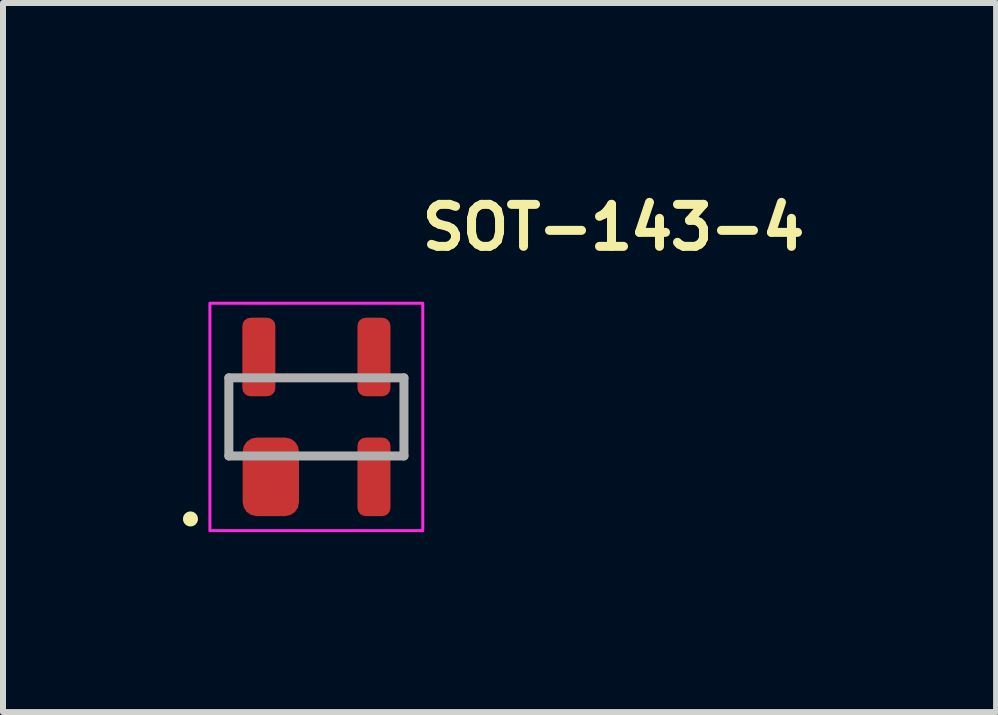
<source format=kicad_pcb>
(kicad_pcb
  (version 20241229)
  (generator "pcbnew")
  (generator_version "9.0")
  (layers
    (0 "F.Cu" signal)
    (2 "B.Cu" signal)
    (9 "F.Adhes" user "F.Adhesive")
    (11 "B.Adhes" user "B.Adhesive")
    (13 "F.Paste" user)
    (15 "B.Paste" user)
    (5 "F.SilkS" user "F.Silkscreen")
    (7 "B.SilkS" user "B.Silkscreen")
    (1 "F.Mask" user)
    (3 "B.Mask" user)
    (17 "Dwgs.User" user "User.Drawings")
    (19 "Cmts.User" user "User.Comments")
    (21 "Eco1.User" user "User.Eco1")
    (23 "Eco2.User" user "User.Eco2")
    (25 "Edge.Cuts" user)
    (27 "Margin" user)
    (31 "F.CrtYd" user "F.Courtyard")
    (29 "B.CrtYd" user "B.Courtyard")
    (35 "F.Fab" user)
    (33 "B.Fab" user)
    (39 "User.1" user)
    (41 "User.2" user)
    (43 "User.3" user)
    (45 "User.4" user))
  (footprint "SOT-143-4"
    (layer "F.Cu")
    (at 2.225 3.901)
    (property "Reference" "SOT-143-4" (at 1.687 -2.751 0) (layer "F.SilkS") (effects (font (size 0.7 0.7) (thickness 0.15)) (justify left bottom)))
    (attr smd)
    (fp_circle (center -2.1 1.7) (end -2.05 1.7) (stroke (width 0.15) (type solid)) (fill yes) (layer "F.SilkS"))
    (fp_rect (start -1.776 -1.896) (end 1.773 1.895) (stroke (width 0.05) (type solid)) (fill no) (layer "F.CrtYd"))
    (fp_line (start -1.46 0.65) (end -1.46 -0.652) (stroke (width 0.15) (type solid)) (layer "F.Fab"))
    (fp_line (start -1.46 0.65) (end 1.459 0.65) (stroke (width 0.15) (type solid)) (layer "F.Fab"))
    (fp_line (start 1.459 -0.652) (end -1.46 -0.652) (stroke (width 0.15) (type solid)) (layer "F.Fab"))
    (fp_line (start 1.459 -0.652) (end 1.459 0.65) (stroke (width 0.15) (type solid)) (layer "F.Fab"))
    (fp_rect (start -1.526 -1.321) (end 1.523 1.32) (stroke (width 0.1) (type solid)) (fill no) (layer "User.5"))
    (fp_line (start -1.524 -0.699) (end 1.523 -0.699) (stroke (width 0.02) (type solid)) (layer "User.9"))
    (fp_line (start -1.524 0.697) (end -1.524 -0.699) (stroke (width 0.02) (type solid)) (layer "User.9"))
    (fp_line (start -1.524 0.697) (end -1.373 0.672) (stroke (width 0.02) (type solid)) (layer "User.9"))
    (fp_line (start -1.373 -0.675) (end -1.526 -0.7) (stroke (width 0.02) (type solid)) (layer "User.9"))
    (fp_line (start -1.373 -0.675) (end 1.372 -0.675) (stroke (width 0.02) (type solid)) (layer "User.9"))
    (fp_line (start -1.373 0.673) (end -1.373 -0.675) (stroke (width 0.02) (type solid)) (layer "User.9"))
    (fp_line (start -1.214 -1.321) (end -0.706 -1.321) (stroke (width 0.02) (type solid)) (layer "User.9"))
    (fp_line (start -1.214 -1.258) (end -1.214 -1.321) (stroke (width 0.02) (type solid)) (layer "User.9"))
    (fp_line (start -1.214 -1.111) (end -1.214 -1.258) (stroke (width 0.02) (type solid)) (layer "User.9"))
    (fp_line (start -1.214 -1.057) (end -1.214 -1.111) (stroke (width 0.02) (type solid)) (layer "User.9"))
    (fp_line (start -1.214 -0.763) (end -1.214 -1.059) (stroke (width 0.02) (type solid)) (layer "User.9"))
    (fp_line (start -1.214 -0.7) (end -1.214 -0.763) (stroke (width 0.02) (type solid)) (layer "User.9"))
    (fp_line (start -1.214 -0.7) (end -0.706 -0.7) (stroke (width 0.02) (type solid)) (layer "User.9"))
    (fp_line (start -1.214 0.761) (end -1.214 0.697) (stroke (width 0.02) (type solid)) (layer "User.9"))
    (fp_line (start -1.214 1.056) (end -1.214 0.761) (stroke (width 0.02) (type solid)) (layer "User.9"))
    (fp_line (start -1.214 1.108) (end -1.214 1.056) (stroke (width 0.02) (type solid)) (layer "User.9"))
    (fp_line (start -1.214 1.255) (end -1.214 1.108) (stroke (width 0.02) (type solid)) (layer "User.9"))
    (fp_line (start -1.214 1.32) (end -1.214 1.255) (stroke (width 0.02) (type solid)) (layer "User.9"))
    (fp_line (start -0.822 0.371) (end -0.822 0.374) (stroke (width 0.02) (type solid)) (layer "User.9"))
    (fp_line (start -0.822 0.374) (end -0.822 0.374) (stroke (width 0.02) (type solid)) (layer "User.9"))
    (fp_line (start -0.822 0.374) (end -0.822 0.378) (stroke (width 0.02) (type solid)) (layer "User.9"))
    (fp_line (start -0.822 0.378) (end -0.821 0.382) (stroke (width 0.02) (type solid)) (layer "User.9"))
    (fp_line (start -0.821 0.363) (end -0.821 0.367) (stroke (width 0.02) (type solid)) (layer "User.9"))
    (fp_line (start -0.821 0.367) (end -0.822 0.371) (stroke (width 0.02) (type solid)) (layer "User.9"))
    (fp_line (start -0.821 0.382) (end -0.821 0.387) (stroke (width 0.02) (type solid)) (layer "User.9"))
    (fp_line (start -0.821 0.387) (end -0.82 0.391) (stroke (width 0.02) (type solid)) (layer "User.9"))
    (fp_line (start -0.82 0.359) (end -0.821 0.363) (stroke (width 0.02) (type solid)) (layer "User.9"))
    (fp_line (start -0.82 0.391) (end -0.819 0.395) (stroke (width 0.02) (type solid)) (layer "User.9"))
    (fp_line (start -0.819 0.355) (end -0.82 0.359) (stroke (width 0.02) (type solid)) (layer "User.9"))
    (fp_line (start -0.819 0.395) (end -0.818 0.398) (stroke (width 0.02) (type solid)) (layer "User.9"))
    (fp_line (start -0.818 0.352) (end -0.819 0.355) (stroke (width 0.02) (type solid)) (layer "User.9"))
    (fp_line (start -0.818 0.398) (end -0.817 0.402) (stroke (width 0.02) (type solid)) (layer "User.9"))
    (fp_line (start -0.817 0.349) (end -0.818 0.352) (stroke (width 0.02) (type solid)) (layer "User.9"))
    (fp_line (start -0.817 0.402) (end -0.816 0.405) (stroke (width 0.02) (type solid)) (layer "User.9"))
    (fp_line (start -0.816 0.346) (end -0.817 0.349) (stroke (width 0.02) (type solid)) (layer "User.9"))
    (fp_line (start -0.816 0.405) (end -0.814 0.409) (stroke (width 0.02) (type solid)) (layer "User.9"))
    (fp_line (start -0.814 0.342) (end -0.816 0.346) (stroke (width 0.02) (type solid)) (layer "User.9"))
    (fp_line (start -0.814 0.409) (end -0.813 0.412) (stroke (width 0.02) (type solid)) (layer "User.9"))
    (fp_line (start -0.813 0.339) (end -0.814 0.342) (stroke (width 0.02) (type solid)) (layer "User.9"))
    (fp_line (start -0.813 0.412) (end -0.811 0.415) (stroke (width 0.02) (type solid)) (layer "User.9"))
    (fp_line (start -0.811 0.336) (end -0.813 0.339) (stroke (width 0.02) (type solid)) (layer "User.9"))
    (fp_line (start -0.811 0.415) (end -0.809 0.417) (stroke (width 0.02) (type solid)) (layer "User.9"))
    (fp_line (start -0.809 0.333) (end -0.811 0.336) (stroke (width 0.02) (type solid)) (layer "User.9"))
    (fp_line (start -0.809 0.417) (end -0.807 0.42) (stroke (width 0.02) (type solid)) (layer "User.9"))
    (fp_line (start -0.807 0.33) (end -0.809 0.333) (stroke (width 0.02) (type solid)) (layer "User.9"))
    (fp_line (start -0.807 0.42) (end -0.804 0.423) (stroke (width 0.02) (type solid)) (layer "User.9"))
    (fp_line (start -0.804 0.327) (end -0.807 0.33) (stroke (width 0.02) (type solid)) (layer "User.9"))
    (fp_line (start -0.804 0.423) (end -0.802 0.426) (stroke (width 0.02) (type solid)) (layer "User.9"))
    (fp_line (start -0.802 0.324) (end -0.804 0.327) (stroke (width 0.02) (type solid)) (layer "User.9"))
    (fp_line (start -0.802 0.426) (end -0.799 0.428) (stroke (width 0.02) (type solid)) (layer "User.9"))
    (fp_line (start -0.799 0.322) (end -0.802 0.324) (stroke (width 0.02) (type solid)) (layer "User.9"))
    (fp_line (start -0.799 0.428) (end -0.797 0.431) (stroke (width 0.02) (type solid)) (layer "User.9"))
    (fp_line (start -0.797 0.318) (end -0.799 0.322) (stroke (width 0.02) (type solid)) (layer "User.9"))
    (fp_line (start -0.797 0.431) (end -0.794 0.433) (stroke (width 0.02) (type solid)) (layer "User.9"))
    (fp_line (start -0.794 0.316) (end -0.797 0.318) (stroke (width 0.02) (type solid)) (layer "User.9"))
    (fp_line (start -0.794 0.433) (end -0.791 0.436) (stroke (width 0.02) (type solid)) (layer "User.9"))
    (fp_line (start -0.791 0.313) (end -0.794 0.316) (stroke (width 0.02) (type solid)) (layer "User.9"))
    (fp_line (start -0.791 0.436) (end -0.788 0.438) (stroke (width 0.02) (type solid)) (layer "User.9"))
    (fp_line (start -0.788 0.311) (end -0.791 0.313) (stroke (width 0.02) (type solid)) (layer "User.9"))
    (fp_line (start -0.788 0.438) (end -0.785 0.44) (stroke (width 0.02) (type solid)) (layer "User.9"))
    (fp_line (start -0.785 0.309) (end -0.788 0.311) (stroke (width 0.02) (type solid)) (layer "User.9"))
    (fp_line (start -0.785 0.44) (end -0.782 0.442) (stroke (width 0.02) (type solid)) (layer "User.9"))
    (fp_line (start -0.782 0.307) (end -0.785 0.309) (stroke (width 0.02) (type solid)) (layer "User.9"))
    (fp_line (start -0.782 0.442) (end -0.779 0.443) (stroke (width 0.02) (type solid)) (layer "User.9"))
    (fp_line (start -0.779 0.306) (end -0.782 0.307) (stroke (width 0.02) (type solid)) (layer "User.9"))
    (fp_line (start -0.779 0.443) (end -0.775 0.445) (stroke (width 0.02) (type solid)) (layer "User.9"))
    (fp_line (start -0.775 0.304) (end -0.779 0.306) (stroke (width 0.02) (type solid)) (layer "User.9"))
    (fp_line (start -0.775 0.445) (end -0.772 0.446) (stroke (width 0.02) (type solid)) (layer "User.9"))
    (fp_line (start -0.772 0.303) (end -0.775 0.304) (stroke (width 0.02) (type solid)) (layer "User.9"))
    (fp_line (start -0.772 0.446) (end -0.767 0.448) (stroke (width 0.02) (type solid)) (layer "User.9"))
    (fp_line (start -0.767 0.302) (end -0.772 0.303) (stroke (width 0.02) (type solid)) (layer "User.9"))
    (fp_line (start -0.767 0.448) (end -0.764 0.449) (stroke (width 0.02) (type solid)) (layer "User.9"))
    (fp_line (start -0.764 0.301) (end -0.767 0.302) (stroke (width 0.02) (type solid)) (layer "User.9"))
    (fp_line (start -0.764 0.449) (end -0.76 0.45) (stroke (width 0.02) (type solid)) (layer "User.9"))
    (fp_line (start -0.76 0.3) (end -0.764 0.301) (stroke (width 0.02) (type solid)) (layer "User.9"))
    (fp_line (start -0.76 0.45) (end -0.756 0.451) (stroke (width 0.02) (type solid)) (layer "User.9"))
    (fp_line (start -0.756 0.299) (end -0.76 0.3) (stroke (width 0.02) (type solid)) (layer "User.9"))
    (fp_line (start -0.756 0.451) (end -0.752 0.451) (stroke (width 0.02) (type solid)) (layer "User.9"))
    (fp_line (start -0.752 0.299) (end -0.756 0.299) (stroke (width 0.02) (type solid)) (layer "User.9"))
    (fp_line (start -0.752 0.451) (end -0.748 0.452) (stroke (width 0.02) (type solid)) (layer "User.9"))
    (fp_line (start -0.748 0.298) (end -0.752 0.299) (stroke (width 0.02) (type solid)) (layer "User.9"))
    (fp_line (start -0.748 0.452) (end -0.744 0.452) (stroke (width 0.02) (type solid)) (layer "User.9"))
    (fp_line (start -0.744 0.298) (end -0.748 0.298) (stroke (width 0.02) (type solid)) (layer "User.9"))
    (fp_line (start -0.744 0.298) (end -0.744 0.298) (stroke (width 0.02) (type solid)) (layer "User.9"))
    (fp_line (start -0.744 0.452) (end -0.744 0.452) (stroke (width 0.02) (type solid)) (layer "User.9"))
    (fp_line (start -0.744 0.452) (end -0.741 0.452) (stroke (width 0.02) (type solid)) (layer "User.9"))
    (fp_line (start -0.741 0.298) (end -0.744 0.298) (stroke (width 0.02) (type solid)) (layer "User.9"))
    (fp_line (start -0.741 0.452) (end -0.737 0.451) (stroke (width 0.02) (type solid)) (layer "User.9"))
    (fp_line (start -0.737 0.299) (end -0.741 0.298) (stroke (width 0.02) (type solid)) (layer "User.9"))
    (fp_line (start -0.737 0.451) (end -0.733 0.451) (stroke (width 0.02) (type solid)) (layer "User.9"))
    (fp_line (start -0.733 0.299) (end -0.737 0.299) (stroke (width 0.02) (type solid)) (layer "User.9"))
    (fp_line (start -0.733 0.451) (end -0.729 0.45) (stroke (width 0.02) (type solid)) (layer "User.9"))
    (fp_line (start -0.729 0.3) (end -0.733 0.299) (stroke (width 0.02) (type solid)) (layer "User.9"))
    (fp_line (start -0.729 0.45) (end -0.725 0.449) (stroke (width 0.02) (type solid)) (layer "User.9"))
    (fp_line (start -0.725 0.301) (end -0.729 0.3) (stroke (width 0.02) (type solid)) (layer "User.9"))
    (fp_line (start -0.725 0.449) (end -0.722 0.448) (stroke (width 0.02) (type solid)) (layer "User.9"))
    (fp_line (start -0.722 0.302) (end -0.725 0.301) (stroke (width 0.02) (type solid)) (layer "User.9"))
    (fp_line (start -0.722 0.448) (end -0.718 0.446) (stroke (width 0.02) (type solid)) (layer "User.9"))
    (fp_line (start -0.718 0.303) (end -0.722 0.302) (stroke (width 0.02) (type solid)) (layer "User.9"))
    (fp_line (start -0.718 0.446) (end -0.715 0.445) (stroke (width 0.02) (type solid)) (layer "User.9"))
    (fp_line (start -0.715 0.304) (end -0.718 0.303) (stroke (width 0.02) (type solid)) (layer "User.9"))
    (fp_line (start -0.715 0.445) (end -0.711 0.443) (stroke (width 0.02) (type solid)) (layer "User.9"))
    (fp_line (start -0.711 0.306) (end -0.715 0.304) (stroke (width 0.02) (type solid)) (layer "User.9"))
    (fp_line (start -0.711 0.443) (end -0.708 0.442) (stroke (width 0.02) (type solid)) (layer "User.9"))
    (fp_line (start -0.708 0.307) (end -0.711 0.306) (stroke (width 0.02) (type solid)) (layer "User.9"))
    (fp_line (start -0.708 0.442) (end -0.705 0.44) (stroke (width 0.02) (type solid)) (layer "User.9"))
    (fp_line (start -0.706 -1.321) (end -0.706 -1.258) (stroke (width 0.02) (type solid)) (layer "User.9"))
    (fp_line (start -0.706 -1.258) (end -0.706 -1.111) (stroke (width 0.02) (type solid)) (layer "User.9"))
    (fp_line (start -0.706 -1.109) (end -0.706 -1.057) (stroke (width 0.02) (type solid)) (layer "User.9"))
    (fp_line (start -0.706 -1.059) (end -0.706 -0.763) (stroke (width 0.02) (type solid)) (layer "User.9"))
    (fp_line (start -0.706 -0.763) (end -0.706 -0.699) (stroke (width 0.02) (type solid)) (layer "User.9"))
    (fp_line (start -0.705 0.309) (end -0.708 0.307) (stroke (width 0.02) (type solid)) (layer "User.9"))
    (fp_line (start -0.705 0.44) (end -0.703 0.438) (stroke (width 0.02) (type solid)) (layer "User.9"))
    (fp_line (start -0.703 0.311) (end -0.705 0.309) (stroke (width 0.02) (type solid)) (layer "User.9"))
    (fp_line (start -0.703 0.438) (end -0.7 0.436) (stroke (width 0.02) (type solid)) (layer "User.9"))
    (fp_line (start -0.7 0.313) (end -0.703 0.311) (stroke (width 0.02) (type solid)) (layer "User.9"))
    (fp_line (start -0.7 0.436) (end -0.697 0.433) (stroke (width 0.02) (type solid)) (layer "User.9"))
    (fp_line (start -0.697 0.316) (end -0.7 0.313) (stroke (width 0.02) (type solid)) (layer "User.9"))
    (fp_line (start -0.697 0.433) (end -0.694 0.431) (stroke (width 0.02) (type solid)) (layer "User.9"))
    (fp_line (start -0.694 0.318) (end -0.697 0.316) (stroke (width 0.02) (type solid)) (layer "User.9"))
    (fp_line (start -0.694 0.431) (end -0.692 0.428) (stroke (width 0.02) (type solid)) (layer "User.9"))
    (fp_line (start -0.692 0.322) (end -0.694 0.318) (stroke (width 0.02) (type solid)) (layer "User.9"))
    (fp_line (start -0.692 0.428) (end -0.689 0.426) (stroke (width 0.02) (type solid)) (layer "User.9"))
    (fp_line (start -0.689 0.324) (end -0.692 0.322) (stroke (width 0.02) (type solid)) (layer "User.9"))
    (fp_line (start -0.689 0.426) (end -0.687 0.423) (stroke (width 0.02) (type solid)) (layer "User.9"))
    (fp_line (start -0.687 0.327) (end -0.689 0.324) (stroke (width 0.02) (type solid)) (layer "User.9"))
    (fp_line (start -0.687 0.423) (end -0.684 0.42) (stroke (width 0.02) (type solid)) (layer "User.9"))
    (fp_line (start -0.684 0.33) (end -0.687 0.327) (stroke (width 0.02) (type solid)) (layer "User.9"))
    (fp_line (start -0.684 0.42) (end -0.682 0.417) (stroke (width 0.02) (type solid)) (layer "User.9"))
    (fp_line (start -0.682 0.333) (end -0.684 0.33) (stroke (width 0.02) (type solid)) (layer "User.9"))
    (fp_line (start -0.682 0.417) (end -0.68 0.415) (stroke (width 0.02) (type solid)) (layer "User.9"))
    (fp_line (start -0.68 0.336) (end -0.682 0.333) (stroke (width 0.02) (type solid)) (layer "User.9"))
    (fp_line (start -0.68 0.415) (end -0.678 0.412) (stroke (width 0.02) (type solid)) (layer "User.9"))
    (fp_line (start -0.678 0.339) (end -0.68 0.336) (stroke (width 0.02) (type solid)) (layer "User.9"))
    (fp_line (start -0.678 0.412) (end -0.677 0.409) (stroke (width 0.02) (type solid)) (layer "User.9"))
    (fp_line (start -0.677 0.342) (end -0.678 0.339) (stroke (width 0.02) (type solid)) (layer "User.9"))
    (fp_line (start -0.677 0.409) (end -0.675 0.405) (stroke (width 0.02) (type solid)) (layer "User.9"))
    (fp_line (start -0.675 0.346) (end -0.677 0.342) (stroke (width 0.02) (type solid)) (layer "User.9"))
    (fp_line (start -0.675 0.405) (end -0.674 0.402) (stroke (width 0.02) (type solid)) (layer "User.9"))
    (fp_line (start -0.674 0.349) (end -0.675 0.346) (stroke (width 0.02) (type solid)) (layer "User.9"))
    (fp_line (start -0.674 0.402) (end -0.673 0.398) (stroke (width 0.02) (type solid)) (layer "User.9"))
    (fp_line (start -0.673 0.352) (end -0.674 0.349) (stroke (width 0.02) (type solid)) (layer "User.9"))
    (fp_line (start -0.673 0.398) (end -0.672 0.395) (stroke (width 0.02) (type solid)) (layer "User.9"))
    (fp_line (start -0.672 0.355) (end -0.673 0.352) (stroke (width 0.02) (type solid)) (layer "User.9"))
    (fp_line (start -0.672 0.395) (end -0.671 0.391) (stroke (width 0.02) (type solid)) (layer "User.9"))
    (fp_line (start -0.671 0.359) (end -0.672 0.355) (stroke (width 0.02) (type solid)) (layer "User.9"))
    (fp_line (start -0.671 0.391) (end -0.67 0.387) (stroke (width 0.02) (type solid)) (layer "User.9"))
    (fp_line (start -0.67 0.363) (end -0.671 0.359) (stroke (width 0.02) (type solid)) (layer "User.9"))
    (fp_line (start -0.67 0.367) (end -0.67 0.363) (stroke (width 0.02) (type solid)) (layer "User.9"))
    (fp_line (start -0.67 0.382) (end -0.669 0.378) (stroke (width 0.02) (type solid)) (layer "User.9"))
    (fp_line (start -0.67 0.387) (end -0.67 0.382) (stroke (width 0.02) (type solid)) (layer "User.9"))
    (fp_line (start -0.669 0.371) (end -0.67 0.367) (stroke (width 0.02) (type solid)) (layer "User.9"))
    (fp_line (start -0.669 0.374) (end -0.669 0.371) (stroke (width 0.02) (type solid)) (layer "User.9"))
    (fp_line (start -0.669 0.374) (end -0.669 0.374) (stroke (width 0.02) (type solid)) (layer "User.9"))
    (fp_line (start -0.669 0.374) (end -0.669 0.374) (stroke (width 0.02) (type solid)) (layer "User.9"))
    (fp_line (start -0.669 0.378) (end -0.669 0.374) (stroke (width 0.02) (type solid)) (layer "User.9"))
    (fp_line (start -0.276 0.698) (end -1.214 0.698) (stroke (width 0.02) (type solid)) (layer "User.9"))
    (fp_line (start -0.276 0.698) (end -0.276 0.761) (stroke (width 0.02) (type solid)) (layer "User.9"))
    (fp_line (start -0.276 0.761) (end -0.276 1.056) (stroke (width 0.02) (type solid)) (layer "User.9"))
    (fp_line (start -0.276 1.056) (end -0.276 1.108) (stroke (width 0.02) (type solid)) (layer "User.9"))
    (fp_line (start -0.276 1.108) (end -0.276 1.255) (stroke (width 0.02) (type solid)) (layer "User.9"))
    (fp_line (start -0.276 1.255) (end -0.276 1.32) (stroke (width 0.02) (type solid)) (layer "User.9"))
    (fp_line (start -0.276 1.32) (end -1.214 1.32) (stroke (width 0.02) (type solid)) (layer "User.9"))
    (fp_line (start 0.704 -1.321) (end 1.213 -1.321) (stroke (width 0.02) (type solid)) (layer "User.9"))
    (fp_line (start 0.704 -1.258) (end 0.704 -1.321) (stroke (width 0.02) (type solid)) (layer "User.9"))
    (fp_line (start 0.704 -1.111) (end 0.704 -1.258) (stroke (width 0.02) (type solid)) (layer "User.9"))
    (fp_line (start 0.704 -1.057) (end 0.704 -1.111) (stroke (width 0.02) (type solid)) (layer "User.9"))
    (fp_line (start 0.704 -0.763) (end 0.704 -1.059) (stroke (width 0.02) (type solid)) (layer "User.9"))
    (fp_line (start 0.704 -0.7) (end 0.704 -0.763) (stroke (width 0.02) (type solid)) (layer "User.9"))
    (fp_line (start 0.704 -0.7) (end 1.213 -0.7) (stroke (width 0.02) (type solid)) (layer "User.9"))
    (fp_line (start 0.704 0.761) (end 0.704 0.697) (stroke (width 0.02) (type solid)) (layer "User.9"))
    (fp_line (start 0.704 1.056) (end 0.704 0.761) (stroke (width 0.02) (type solid)) (layer "User.9"))
    (fp_line (start 0.704 1.108) (end 0.704 1.056) (stroke (width 0.02) (type solid)) (layer "User.9"))
    (fp_line (start 0.704 1.255) (end 0.704 1.108) (stroke (width 0.02) (type solid)) (layer "User.9"))
    (fp_line (start 0.704 1.32) (end 0.704 1.255) (stroke (width 0.02) (type solid)) (layer "User.9"))
    (fp_line (start 1.213 -1.321) (end 1.213 -1.258) (stroke (width 0.02) (type solid)) (layer "User.9"))
    (fp_line (start 1.213 -1.258) (end 1.213 -1.111) (stroke (width 0.02) (type solid)) (layer "User.9"))
    (fp_line (start 1.213 -1.109) (end 1.213 -1.057) (stroke (width 0.02) (type solid)) (layer "User.9"))
    (fp_line (start 1.213 -1.059) (end 1.213 -0.763) (stroke (width 0.02) (type solid)) (layer "User.9"))
    (fp_line (start 1.213 -0.763) (end 1.213 -0.699) (stroke (width 0.02) (type solid)) (layer "User.9"))
    (fp_line (start 1.213 0.698) (end 0.704 0.698) (stroke (width 0.02) (type solid)) (layer "User.9"))
    (fp_line (start 1.213 0.698) (end 1.213 0.761) (stroke (width 0.02) (type solid)) (layer "User.9"))
    (fp_line (start 1.213 0.761) (end 1.213 1.056) (stroke (width 0.02) (type solid)) (layer "User.9"))
    (fp_line (start 1.213 1.056) (end 1.213 1.108) (stroke (width 0.02) (type solid)) (layer "User.9"))
    (fp_line (start 1.213 1.108) (end 1.213 1.255) (stroke (width 0.02) (type solid)) (layer "User.9"))
    (fp_line (start 1.213 1.255) (end 1.213 1.32) (stroke (width 0.02) (type solid)) (layer "User.9"))
    (fp_line (start 1.213 1.32) (end 0.704 1.32) (stroke (width 0.02) (type solid)) (layer "User.9"))
    (fp_line (start 1.372 -0.675) (end 1.372 0.673) (stroke (width 0.02) (type solid)) (layer "User.9"))
    (fp_line (start 1.372 -0.675) (end 1.523 -0.7) (stroke (width 0.02) (type solid)) (layer "User.9"))
    (fp_line (start 1.372 0.673) (end -1.373 0.673) (stroke (width 0.02) (type solid)) (layer "User.9"))
    (fp_line (start 1.372 0.673) (end 1.523 0.698) (stroke (width 0.02) (type solid)) (layer "User.9"))
    (fp_line (start 1.523 -0.699) (end 1.523 0.697) (stroke (width 0.02) (type solid)) (layer "User.9"))
    (fp_line (start 1.523 0.697) (end -1.524 0.697) (stroke (width 0.02) (type solid)) (layer "User.9"))
    (pad "1" smd roundrect (at -0.76 0.998) (size 0.94 1.31) (layers "F.Cu" "F.Mask" "F.Paste") (roundrect_rratio 0.25))
    (pad "2" smd roundrect (at 0.959 0.998) (size 0.55 1.31) (layers "F.Cu" "F.Mask" "F.Paste") (roundrect_rratio 0.25))
    (pad "3" smd roundrect (at 0.959 -1) (size 0.55 1.31) (layers "F.Cu" "F.Mask" "F.Paste") (roundrect_rratio 0.25))
    (pad "4" smd roundrect (at -0.96 -1) (size 0.55 1.31) (layers "F.Cu" "F.Mask" "F.Paste") (roundrect_rratio 0.25)))
  (gr_rect
    (start -3 -3)
    (end 13.555 8.82)
    (stroke (width 0.1) (type default))
    (fill no)
    (layer "Edge.Cuts")))
</source>
